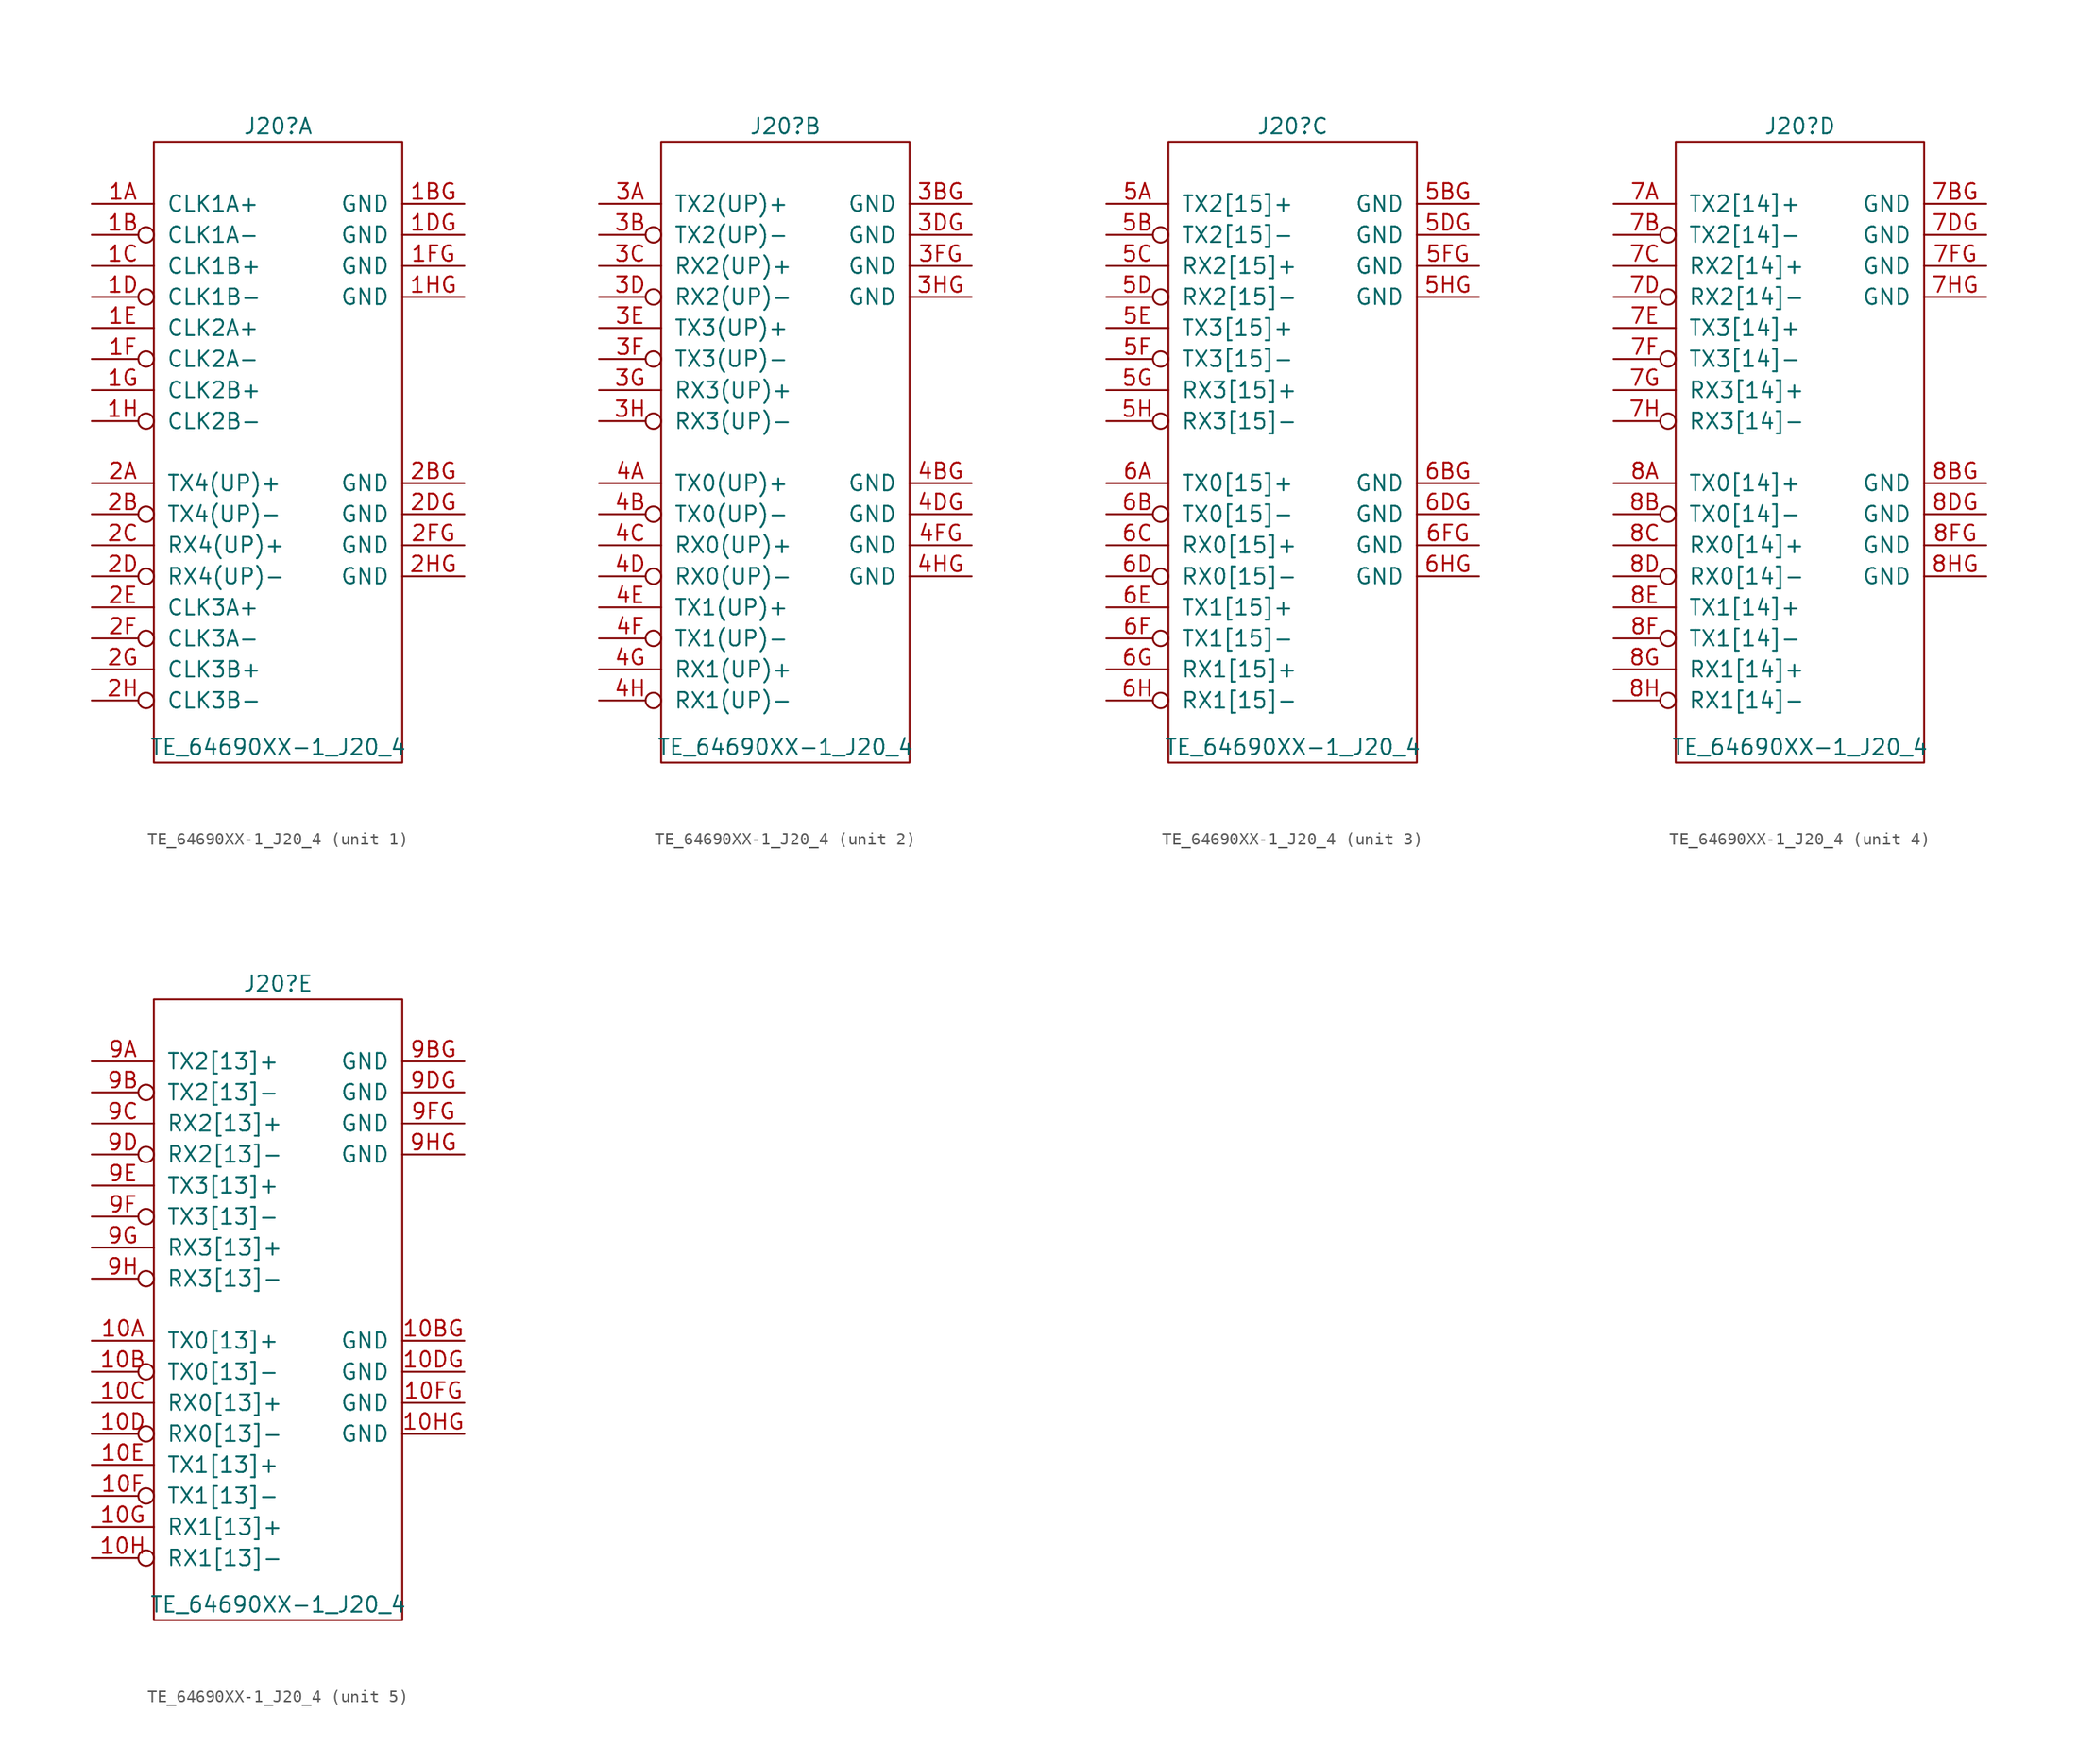
<source format=kicad_sym>
(kicad_symbol_lib
  (version 20220914)
  (generator kicad_symbol_editor)
  (symbol "TE_64690XX-1_J20_4"
    (pin_names
      (offset 1.016))
    (property "Reference" "J20"
      (at 0 26.67 0)
      (effects (font (size 1.27 1.27))))
    (property "Value" "TE_64690XX-1_J20_4"
      (at 0 -24.13 0)
      (effects (font (size 1.27 1.27))))
    (property "ki_locked" ""
      (at 0 0 0)
      (effects (font (size 1.27 1.27))))
    (symbol "TE_64690XX-1_J20_4_1_1"
      (rectangle (start -10.16 25.4) (end 10.16 -25.4) (stroke (width 0) (type default)) (fill (type none)))
      (pin bidirectional line (at -15.24 20.32 0) (length 5.08) (name "CLK1A+" (effects (font (size 1.27 1.27)))) (number "1A" (effects (font (size 1.27 1.27)))))
      (pin bidirectional inverted (at -15.24 17.78 0) (length 5.08) (name "CLK1A-" (effects (font (size 1.27 1.27)))) (number "1B" (effects (font (size 1.27 1.27)))))
      (pin passive line (at 15.24 20.32 180) (length 5.08) (name "GND" (effects (font (size 1.27 1.27)))) (number "1BG" (effects (font (size 1.27 1.27)))))
      (pin bidirectional line (at -15.24 15.24 0) (length 5.08) (name "CLK1B+" (effects (font (size 1.27 1.27)))) (number "1C" (effects (font (size 1.27 1.27)))))
      (pin bidirectional inverted (at -15.24 12.7 0) (length 5.08) (name "CLK1B-" (effects (font (size 1.27 1.27)))) (number "1D" (effects (font (size 1.27 1.27)))))
      (pin passive line (at 15.24 17.78 180) (length 5.08) (name "GND" (effects (font (size 1.27 1.27)))) (number "1DG" (effects (font (size 1.27 1.27)))))
      (pin bidirectional line (at -15.24 10.16 0) (length 5.08) (name "CLK2A+" (effects (font (size 1.27 1.27)))) (number "1E" (effects (font (size 1.27 1.27)))))
      (pin bidirectional inverted (at -15.24 7.62 0) (length 5.08) (name "CLK2A-" (effects (font (size 1.27 1.27)))) (number "1F" (effects (font (size 1.27 1.27)))))
      (pin passive line (at 15.24 15.24 180) (length 5.08) (name "GND" (effects (font (size 1.27 1.27)))) (number "1FG" (effects (font (size 1.27 1.27)))))
      (pin bidirectional line (at -15.24 5.08 0) (length 5.08) (name "CLK2B+" (effects (font (size 1.27 1.27)))) (number "1G" (effects (font (size 1.27 1.27)))))
      (pin bidirectional inverted (at -15.24 2.54 0) (length 5.08) (name "CLK2B-" (effects (font (size 1.27 1.27)))) (number "1H" (effects (font (size 1.27 1.27)))))
      (pin passive line (at 15.24 12.7 180) (length 5.08) (name "GND" (effects (font (size 1.27 1.27)))) (number "1HG" (effects (font (size 1.27 1.27)))))
      (pin bidirectional line (at -15.24 -2.54 0) (length 5.08) (name "TX4(UP)+" (effects (font (size 1.27 1.27)))) (number "2A" (effects (font (size 1.27 1.27)))))
      (pin bidirectional inverted (at -15.24 -5.08 0) (length 5.08) (name "TX4(UP)-" (effects (font (size 1.27 1.27)))) (number "2B" (effects (font (size 1.27 1.27)))))
      (pin passive line (at 15.24 -2.54 180) (length 5.08) (name "GND" (effects (font (size 1.27 1.27)))) (number "2BG" (effects (font (size 1.27 1.27)))))
      (pin bidirectional line (at -15.24 -7.62 0) (length 5.08) (name "RX4(UP)+" (effects (font (size 1.27 1.27)))) (number "2C" (effects (font (size 1.27 1.27)))))
      (pin bidirectional inverted (at -15.24 -10.16 0) (length 5.08) (name "RX4(UP)-" (effects (font (size 1.27 1.27)))) (number "2D" (effects (font (size 1.27 1.27)))))
      (pin passive line (at 15.24 -5.08 180) (length 5.08) (name "GND" (effects (font (size 1.27 1.27)))) (number "2DG" (effects (font (size 1.27 1.27)))))
      (pin bidirectional line (at -15.24 -12.7 0) (length 5.08) (name "CLK3A+" (effects (font (size 1.27 1.27)))) (number "2E" (effects (font (size 1.27 1.27)))))
      (pin bidirectional inverted (at -15.24 -15.24 0) (length 5.08) (name "CLK3A-" (effects (font (size 1.27 1.27)))) (number "2F" (effects (font (size 1.27 1.27)))))
      (pin passive line (at 15.24 -7.62 180) (length 5.08) (name "GND" (effects (font (size 1.27 1.27)))) (number "2FG" (effects (font (size 1.27 1.27)))))
      (pin bidirectional line (at -15.24 -17.78 0) (length 5.08) (name "CLK3B+" (effects (font (size 1.27 1.27)))) (number "2G" (effects (font (size 1.27 1.27)))))
      (pin bidirectional inverted (at -15.24 -20.32 0) (length 5.08) (name "CLK3B-" (effects (font (size 1.27 1.27)))) (number "2H" (effects (font (size 1.27 1.27)))))
      (pin passive line (at 15.24 -10.16 180) (length 5.08) (name "GND" (effects (font (size 1.27 1.27)))) (number "2HG" (effects (font (size 1.27 1.27))))))
    (symbol "TE_64690XX-1_J20_4_2_1"
      (rectangle (start -10.16 25.4) (end 10.16 -25.4) (stroke (width 0) (type default)) (fill (type none)))
      (pin bidirectional line (at -15.24 20.32 0) (length 5.08) (name "TX2(UP)+" (effects (font (size 1.27 1.27)))) (number "3A" (effects (font (size 1.27 1.27)))))
      (pin bidirectional inverted (at -15.24 17.78 0) (length 5.08) (name "TX2(UP)-" (effects (font (size 1.27 1.27)))) (number "3B" (effects (font (size 1.27 1.27)))))
      (pin passive line (at 15.24 20.32 180) (length 5.08) (name "GND" (effects (font (size 1.27 1.27)))) (number "3BG" (effects (font (size 1.27 1.27)))))
      (pin bidirectional line (at -15.24 15.24 0) (length 5.08) (name "RX2(UP)+" (effects (font (size 1.27 1.27)))) (number "3C" (effects (font (size 1.27 1.27)))))
      (pin bidirectional inverted (at -15.24 12.7 0) (length 5.08) (name "RX2(UP)-" (effects (font (size 1.27 1.27)))) (number "3D" (effects (font (size 1.27 1.27)))))
      (pin passive line (at 15.24 17.78 180) (length 5.08) (name "GND" (effects (font (size 1.27 1.27)))) (number "3DG" (effects (font (size 1.27 1.27)))))
      (pin bidirectional line (at -15.24 10.16 0) (length 5.08) (name "TX3(UP)+" (effects (font (size 1.27 1.27)))) (number "3E" (effects (font (size 1.27 1.27)))))
      (pin bidirectional inverted (at -15.24 7.62 0) (length 5.08) (name "TX3(UP)-" (effects (font (size 1.27 1.27)))) (number "3F" (effects (font (size 1.27 1.27)))))
      (pin passive line (at 15.24 15.24 180) (length 5.08) (name "GND" (effects (font (size 1.27 1.27)))) (number "3FG" (effects (font (size 1.27 1.27)))))
      (pin bidirectional line (at -15.24 5.08 0) (length 5.08) (name "RX3(UP)+" (effects (font (size 1.27 1.27)))) (number "3G" (effects (font (size 1.27 1.27)))))
      (pin bidirectional inverted (at -15.24 2.54 0) (length 5.08) (name "RX3(UP)-" (effects (font (size 1.27 1.27)))) (number "3H" (effects (font (size 1.27 1.27)))))
      (pin passive line (at 15.24 12.7 180) (length 5.08) (name "GND" (effects (font (size 1.27 1.27)))) (number "3HG" (effects (font (size 1.27 1.27)))))
      (pin bidirectional line (at -15.24 -2.54 0) (length 5.08) (name "TX0(UP)+" (effects (font (size 1.27 1.27)))) (number "4A" (effects (font (size 1.27 1.27)))))
      (pin bidirectional inverted (at -15.24 -5.08 0) (length 5.08) (name "TX0(UP)-" (effects (font (size 1.27 1.27)))) (number "4B" (effects (font (size 1.27 1.27)))))
      (pin passive line (at 15.24 -2.54 180) (length 5.08) (name "GND" (effects (font (size 1.27 1.27)))) (number "4BG" (effects (font (size 1.27 1.27)))))
      (pin bidirectional line (at -15.24 -7.62 0) (length 5.08) (name "RX0(UP)+" (effects (font (size 1.27 1.27)))) (number "4C" (effects (font (size 1.27 1.27)))))
      (pin bidirectional inverted (at -15.24 -10.16 0) (length 5.08) (name "RX0(UP)-" (effects (font (size 1.27 1.27)))) (number "4D" (effects (font (size 1.27 1.27)))))
      (pin passive line (at 15.24 -5.08 180) (length 5.08) (name "GND" (effects (font (size 1.27 1.27)))) (number "4DG" (effects (font (size 1.27 1.27)))))
      (pin bidirectional line (at -15.24 -12.7 0) (length 5.08) (name "TX1(UP)+" (effects (font (size 1.27 1.27)))) (number "4E" (effects (font (size 1.27 1.27)))))
      (pin bidirectional inverted (at -15.24 -15.24 0) (length 5.08) (name "TX1(UP)-" (effects (font (size 1.27 1.27)))) (number "4F" (effects (font (size 1.27 1.27)))))
      (pin passive line (at 15.24 -7.62 180) (length 5.08) (name "GND" (effects (font (size 1.27 1.27)))) (number "4FG" (effects (font (size 1.27 1.27)))))
      (pin bidirectional line (at -15.24 -17.78 0) (length 5.08) (name "RX1(UP)+" (effects (font (size 1.27 1.27)))) (number "4G" (effects (font (size 1.27 1.27)))))
      (pin bidirectional inverted (at -15.24 -20.32 0) (length 5.08) (name "RX1(UP)-" (effects (font (size 1.27 1.27)))) (number "4H" (effects (font (size 1.27 1.27)))))
      (pin passive line (at 15.24 -10.16 180) (length 5.08) (name "GND" (effects (font (size 1.27 1.27)))) (number "4HG" (effects (font (size 1.27 1.27))))))
    (symbol "TE_64690XX-1_J20_4_3_1"
      (rectangle (start -10.16 25.4) (end 10.16 -25.4) (stroke (width 0) (type default)) (fill (type none)))
      (pin bidirectional line (at -15.24 20.32 0) (length 5.08) (name "TX2[15]+" (effects (font (size 1.27 1.27)))) (number "5A" (effects (font (size 1.27 1.27)))))
      (pin bidirectional inverted (at -15.24 17.78 0) (length 5.08) (name "TX2[15]-" (effects (font (size 1.27 1.27)))) (number "5B" (effects (font (size 1.27 1.27)))))
      (pin passive line (at 15.24 20.32 180) (length 5.08) (name "GND" (effects (font (size 1.27 1.27)))) (number "5BG" (effects (font (size 1.27 1.27)))))
      (pin bidirectional line (at -15.24 15.24 0) (length 5.08) (name "RX2[15]+" (effects (font (size 1.27 1.27)))) (number "5C" (effects (font (size 1.27 1.27)))))
      (pin bidirectional inverted (at -15.24 12.7 0) (length 5.08) (name "RX2[15]-" (effects (font (size 1.27 1.27)))) (number "5D" (effects (font (size 1.27 1.27)))))
      (pin passive line (at 15.24 17.78 180) (length 5.08) (name "GND" (effects (font (size 1.27 1.27)))) (number "5DG" (effects (font (size 1.27 1.27)))))
      (pin bidirectional line (at -15.24 10.16 0) (length 5.08) (name "TX3[15]+" (effects (font (size 1.27 1.27)))) (number "5E" (effects (font (size 1.27 1.27)))))
      (pin bidirectional inverted (at -15.24 7.62 0) (length 5.08) (name "TX3[15]-" (effects (font (size 1.27 1.27)))) (number "5F" (effects (font (size 1.27 1.27)))))
      (pin passive line (at 15.24 15.24 180) (length 5.08) (name "GND" (effects (font (size 1.27 1.27)))) (number "5FG" (effects (font (size 1.27 1.27)))))
      (pin bidirectional line (at -15.24 5.08 0) (length 5.08) (name "RX3[15]+" (effects (font (size 1.27 1.27)))) (number "5G" (effects (font (size 1.27 1.27)))))
      (pin bidirectional inverted (at -15.24 2.54 0) (length 5.08) (name "RX3[15]-" (effects (font (size 1.27 1.27)))) (number "5H" (effects (font (size 1.27 1.27)))))
      (pin passive line (at 15.24 12.7 180) (length 5.08) (name "GND" (effects (font (size 1.27 1.27)))) (number "5HG" (effects (font (size 1.27 1.27)))))
      (pin bidirectional line (at -15.24 -2.54 0) (length 5.08) (name "TX0[15]+" (effects (font (size 1.27 1.27)))) (number "6A" (effects (font (size 1.27 1.27)))))
      (pin bidirectional inverted (at -15.24 -5.08 0) (length 5.08) (name "TX0[15]-" (effects (font (size 1.27 1.27)))) (number "6B" (effects (font (size 1.27 1.27)))))
      (pin passive line (at 15.24 -2.54 180) (length 5.08) (name "GND" (effects (font (size 1.27 1.27)))) (number "6BG" (effects (font (size 1.27 1.27)))))
      (pin bidirectional line (at -15.24 -7.62 0) (length 5.08) (name "RX0[15]+" (effects (font (size 1.27 1.27)))) (number "6C" (effects (font (size 1.27 1.27)))))
      (pin bidirectional inverted (at -15.24 -10.16 0) (length 5.08) (name "RX0[15]-" (effects (font (size 1.27 1.27)))) (number "6D" (effects (font (size 1.27 1.27)))))
      (pin passive line (at 15.24 -5.08 180) (length 5.08) (name "GND" (effects (font (size 1.27 1.27)))) (number "6DG" (effects (font (size 1.27 1.27)))))
      (pin bidirectional line (at -15.24 -12.7 0) (length 5.08) (name "TX1[15]+" (effects (font (size 1.27 1.27)))) (number "6E" (effects (font (size 1.27 1.27)))))
      (pin bidirectional inverted (at -15.24 -15.24 0) (length 5.08) (name "TX1[15]-" (effects (font (size 1.27 1.27)))) (number "6F" (effects (font (size 1.27 1.27)))))
      (pin passive line (at 15.24 -7.62 180) (length 5.08) (name "GND" (effects (font (size 1.27 1.27)))) (number "6FG" (effects (font (size 1.27 1.27)))))
      (pin bidirectional line (at -15.24 -17.78 0) (length 5.08) (name "RX1[15]+" (effects (font (size 1.27 1.27)))) (number "6G" (effects (font (size 1.27 1.27)))))
      (pin bidirectional inverted (at -15.24 -20.32 0) (length 5.08) (name "RX1[15]-" (effects (font (size 1.27 1.27)))) (number "6H" (effects (font (size 1.27 1.27)))))
      (pin passive line (at 15.24 -10.16 180) (length 5.08) (name "GND" (effects (font (size 1.27 1.27)))) (number "6HG" (effects (font (size 1.27 1.27))))))
    (symbol "TE_64690XX-1_J20_4_4_1"
      (rectangle (start -10.16 25.4) (end 10.16 -25.4) (stroke (width 0) (type default)) (fill (type none)))
      (pin bidirectional line (at -15.24 20.32 0) (length 5.08) (name "TX2[14]+" (effects (font (size 1.27 1.27)))) (number "7A" (effects (font (size 1.27 1.27)))))
      (pin bidirectional inverted (at -15.24 17.78 0) (length 5.08) (name "TX2[14]-" (effects (font (size 1.27 1.27)))) (number "7B" (effects (font (size 1.27 1.27)))))
      (pin passive line (at 15.24 20.32 180) (length 5.08) (name "GND" (effects (font (size 1.27 1.27)))) (number "7BG" (effects (font (size 1.27 1.27)))))
      (pin bidirectional line (at -15.24 15.24 0) (length 5.08) (name "RX2[14]+" (effects (font (size 1.27 1.27)))) (number "7C" (effects (font (size 1.27 1.27)))))
      (pin bidirectional inverted (at -15.24 12.7 0) (length 5.08) (name "RX2[14]-" (effects (font (size 1.27 1.27)))) (number "7D" (effects (font (size 1.27 1.27)))))
      (pin passive line (at 15.24 17.78 180) (length 5.08) (name "GND" (effects (font (size 1.27 1.27)))) (number "7DG" (effects (font (size 1.27 1.27)))))
      (pin bidirectional line (at -15.24 10.16 0) (length 5.08) (name "TX3[14]+" (effects (font (size 1.27 1.27)))) (number "7E" (effects (font (size 1.27 1.27)))))
      (pin bidirectional inverted (at -15.24 7.62 0) (length 5.08) (name "TX3[14]-" (effects (font (size 1.27 1.27)))) (number "7F" (effects (font (size 1.27 1.27)))))
      (pin passive line (at 15.24 15.24 180) (length 5.08) (name "GND" (effects (font (size 1.27 1.27)))) (number "7FG" (effects (font (size 1.27 1.27)))))
      (pin bidirectional line (at -15.24 5.08 0) (length 5.08) (name "RX3[14]+" (effects (font (size 1.27 1.27)))) (number "7G" (effects (font (size 1.27 1.27)))))
      (pin bidirectional inverted (at -15.24 2.54 0) (length 5.08) (name "RX3[14]-" (effects (font (size 1.27 1.27)))) (number "7H" (effects (font (size 1.27 1.27)))))
      (pin passive line (at 15.24 12.7 180) (length 5.08) (name "GND" (effects (font (size 1.27 1.27)))) (number "7HG" (effects (font (size 1.27 1.27)))))
      (pin bidirectional line (at -15.24 -2.54 0) (length 5.08) (name "TX0[14]+" (effects (font (size 1.27 1.27)))) (number "8A" (effects (font (size 1.27 1.27)))))
      (pin bidirectional inverted (at -15.24 -5.08 0) (length 5.08) (name "TX0[14]-" (effects (font (size 1.27 1.27)))) (number "8B" (effects (font (size 1.27 1.27)))))
      (pin passive line (at 15.24 -2.54 180) (length 5.08) (name "GND" (effects (font (size 1.27 1.27)))) (number "8BG" (effects (font (size 1.27 1.27)))))
      (pin bidirectional line (at -15.24 -7.62 0) (length 5.08) (name "RX0[14]+" (effects (font (size 1.27 1.27)))) (number "8C" (effects (font (size 1.27 1.27)))))
      (pin bidirectional inverted (at -15.24 -10.16 0) (length 5.08) (name "RX0[14]-" (effects (font (size 1.27 1.27)))) (number "8D" (effects (font (size 1.27 1.27)))))
      (pin passive line (at 15.24 -5.08 180) (length 5.08) (name "GND" (effects (font (size 1.27 1.27)))) (number "8DG" (effects (font (size 1.27 1.27)))))
      (pin bidirectional line (at -15.24 -12.7 0) (length 5.08) (name "TX1[14]+" (effects (font (size 1.27 1.27)))) (number "8E" (effects (font (size 1.27 1.27)))))
      (pin bidirectional inverted (at -15.24 -15.24 0) (length 5.08) (name "TX1[14]-" (effects (font (size 1.27 1.27)))) (number "8F" (effects (font (size 1.27 1.27)))))
      (pin passive line (at 15.24 -7.62 180) (length 5.08) (name "GND" (effects (font (size 1.27 1.27)))) (number "8FG" (effects (font (size 1.27 1.27)))))
      (pin bidirectional line (at -15.24 -17.78 0) (length 5.08) (name "RX1[14]+" (effects (font (size 1.27 1.27)))) (number "8G" (effects (font (size 1.27 1.27)))))
      (pin bidirectional inverted (at -15.24 -20.32 0) (length 5.08) (name "RX1[14]-" (effects (font (size 1.27 1.27)))) (number "8H" (effects (font (size 1.27 1.27)))))
      (pin passive line (at 15.24 -10.16 180) (length 5.08) (name "GND" (effects (font (size 1.27 1.27)))) (number "8HG" (effects (font (size 1.27 1.27))))))
    (symbol "TE_64690XX-1_J20_4_5_1"
      (rectangle (start -10.16 25.4) (end 10.16 -25.4) (stroke (width 0) (type default)) (fill (type none)))
      (pin bidirectional line (at -15.24 -2.54 0) (length 5.08) (name "TX0[13]+" (effects (font (size 1.27 1.27)))) (number "10A" (effects (font (size 1.27 1.27)))))
      (pin bidirectional inverted (at -15.24 -5.08 0) (length 5.08) (name "TX0[13]-" (effects (font (size 1.27 1.27)))) (number "10B" (effects (font (size 1.27 1.27)))))
      (pin passive line (at 15.24 -2.54 180) (length 5.08) (name "GND" (effects (font (size 1.27 1.27)))) (number "10BG" (effects (font (size 1.27 1.27)))))
      (pin bidirectional line (at -15.24 -7.62 0) (length 5.08) (name "RX0[13]+" (effects (font (size 1.27 1.27)))) (number "10C" (effects (font (size 1.27 1.27)))))
      (pin bidirectional inverted (at -15.24 -10.16 0) (length 5.08) (name "RX0[13]-" (effects (font (size 1.27 1.27)))) (number "10D" (effects (font (size 1.27 1.27)))))
      (pin passive line (at 15.24 -5.08 180) (length 5.08) (name "GND" (effects (font (size 1.27 1.27)))) (number "10DG" (effects (font (size 1.27 1.27)))))
      (pin bidirectional line (at -15.24 -12.7 0) (length 5.08) (name "TX1[13]+" (effects (font (size 1.27 1.27)))) (number "10E" (effects (font (size 1.27 1.27)))))
      (pin bidirectional inverted (at -15.24 -15.24 0) (length 5.08) (name "TX1[13]-" (effects (font (size 1.27 1.27)))) (number "10F" (effects (font (size 1.27 1.27)))))
      (pin passive line (at 15.24 -7.62 180) (length 5.08) (name "GND" (effects (font (size 1.27 1.27)))) (number "10FG" (effects (font (size 1.27 1.27)))))
      (pin bidirectional line (at -15.24 -17.78 0) (length 5.08) (name "RX1[13]+" (effects (font (size 1.27 1.27)))) (number "10G" (effects (font (size 1.27 1.27)))))
      (pin bidirectional inverted (at -15.24 -20.32 0) (length 5.08) (name "RX1[13]-" (effects (font (size 1.27 1.27)))) (number "10H" (effects (font (size 1.27 1.27)))))
      (pin passive line (at 15.24 -10.16 180) (length 5.08) (name "GND" (effects (font (size 1.27 1.27)))) (number "10HG" (effects (font (size 1.27 1.27)))))
      (pin bidirectional line (at -15.24 20.32 0) (length 5.08) (name "TX2[13]+" (effects (font (size 1.27 1.27)))) (number "9A" (effects (font (size 1.27 1.27)))))
      (pin bidirectional inverted (at -15.24 17.78 0) (length 5.08) (name "TX2[13]-" (effects (font (size 1.27 1.27)))) (number "9B" (effects (font (size 1.27 1.27)))))
      (pin passive line (at 15.24 20.32 180) (length 5.08) (name "GND" (effects (font (size 1.27 1.27)))) (number "9BG" (effects (font (size 1.27 1.27)))))
      (pin bidirectional line (at -15.24 15.24 0) (length 5.08) (name "RX2[13]+" (effects (font (size 1.27 1.27)))) (number "9C" (effects (font (size 1.27 1.27)))))
      (pin bidirectional inverted (at -15.24 12.7 0) (length 5.08) (name "RX2[13]-" (effects (font (size 1.27 1.27)))) (number "9D" (effects (font (size 1.27 1.27)))))
      (pin passive line (at 15.24 17.78 180) (length 5.08) (name "GND" (effects (font (size 1.27 1.27)))) (number "9DG" (effects (font (size 1.27 1.27)))))
      (pin bidirectional line (at -15.24 10.16 0) (length 5.08) (name "TX3[13]+" (effects (font (size 1.27 1.27)))) (number "9E" (effects (font (size 1.27 1.27)))))
      (pin bidirectional inverted (at -15.24 7.62 0) (length 5.08) (name "TX3[13]-" (effects (font (size 1.27 1.27)))) (number "9F" (effects (font (size 1.27 1.27)))))
      (pin passive line (at 15.24 15.24 180) (length 5.08) (name "GND" (effects (font (size 1.27 1.27)))) (number "9FG" (effects (font (size 1.27 1.27)))))
      (pin bidirectional line (at -15.24 5.08 0) (length 5.08) (name "RX3[13]+" (effects (font (size 1.27 1.27)))) (number "9G" (effects (font (size 1.27 1.27)))))
      (pin bidirectional inverted (at -15.24 2.54 0) (length 5.08) (name "RX3[13]-" (effects (font (size 1.27 1.27)))) (number "9H" (effects (font (size 1.27 1.27)))))
      (pin passive line (at 15.24 12.7 180) (length 5.08) (name "GND" (effects (font (size 1.27 1.27)))) (number "9HG" (effects (font (size 1.27 1.27))))))))
</source>
